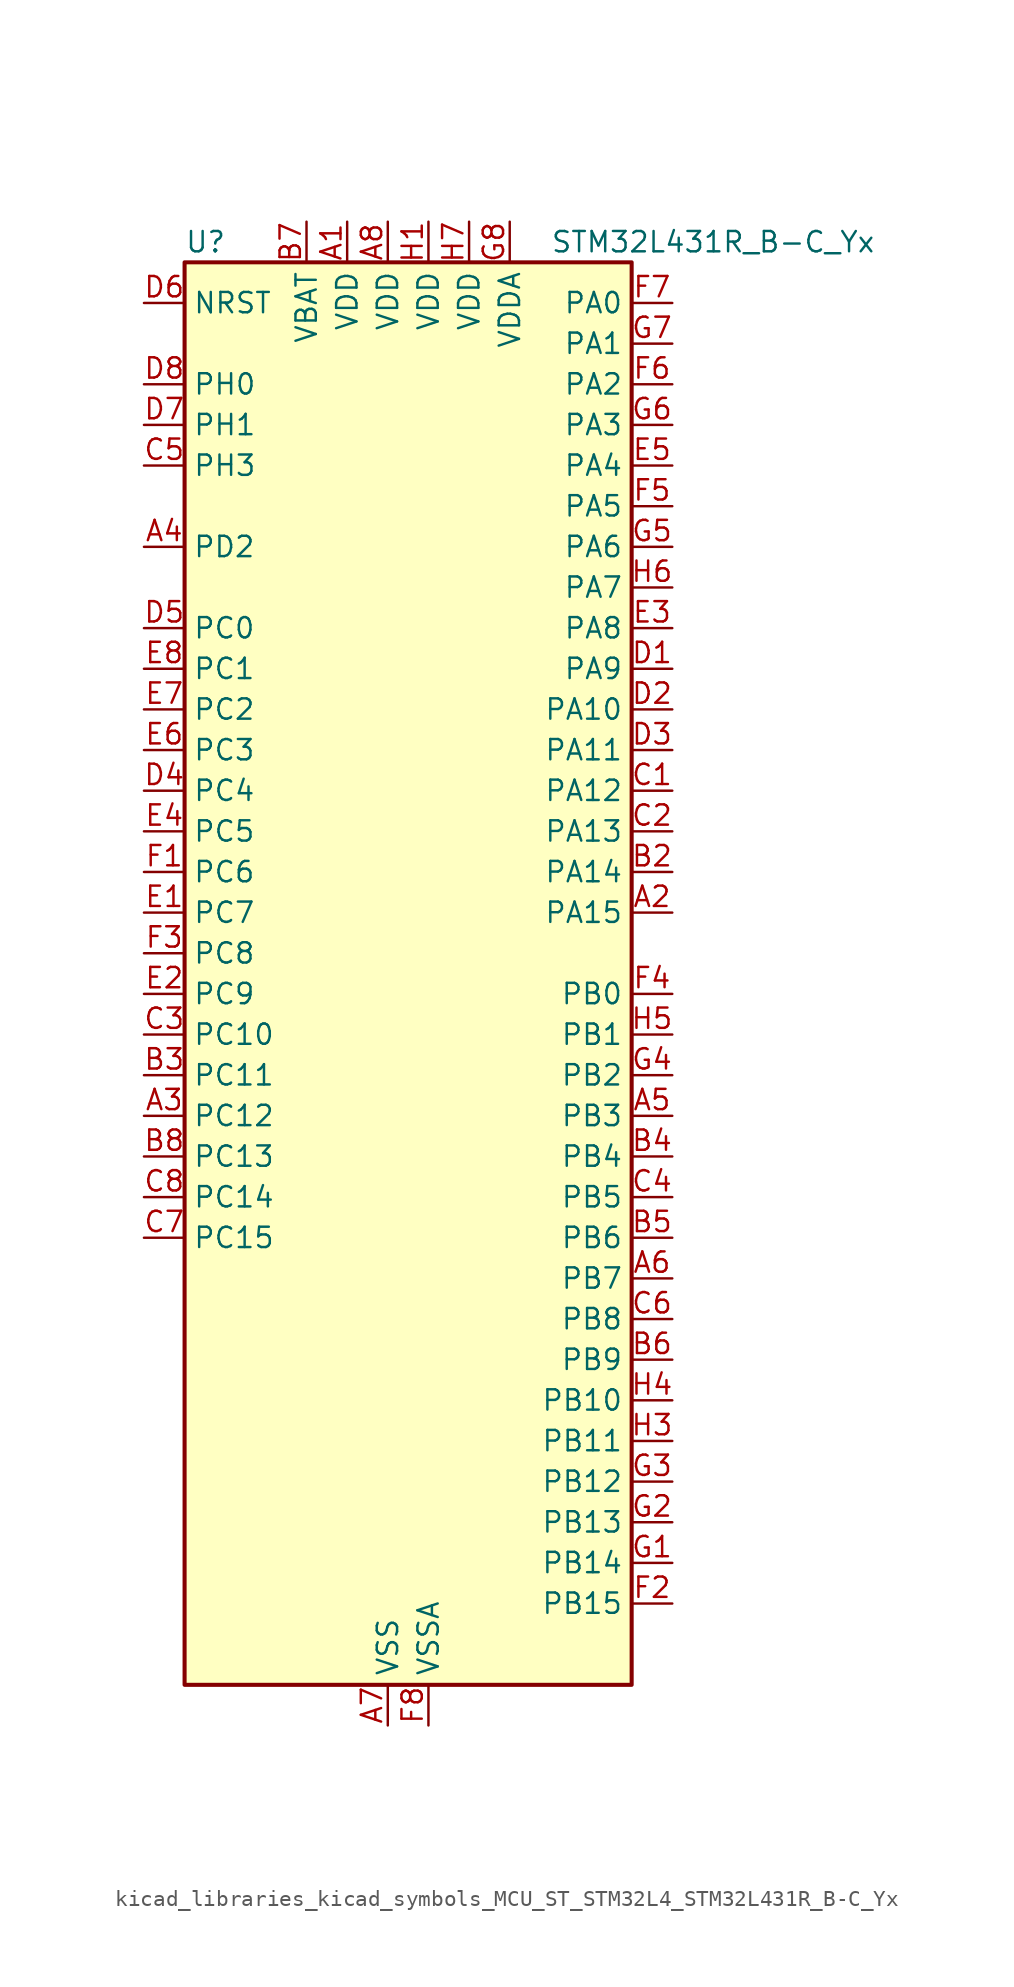
<source format=kicad_sym>
(kicad_symbol_lib
  (version 20220914)
  (generator kicad_symbol_editor)
  (symbol "kicad_libraries_kicad_symbols_MCU_ST_STM32L4_STM32L431R_B-C_Yx"
    (property "Reference" "U"
      (at -12.7 46.99 0)
      (effects (font (size 1.27 1.27)) (justify left)))
    (property "Value" "STM32L431R_B-C_Yx"
      (at 10.16 46.99 0)
      (effects (font (size 1.27 1.27)) (justify left)))
    (property "ki_locked" ""
      (at 0 0 0)
      (effects (font (size 1.27 1.27))))
    (symbol "kicad_libraries_kicad_symbols_MCU_ST_STM32L4_STM32L431R_B-C_Yx_0_1"
      (rectangle (start -12.7 -43.18) (end 15.24 45.72) (stroke (width 0.254) (type default)) (fill (type background))))
    (symbol "kicad_libraries_kicad_symbols_MCU_ST_STM32L4_STM32L431R_B-C_Yx_1_1"
      (pin power_in line (at -2.54 48.26 270) (length 2.54) (name "VDD" (effects (font (size 1.27 1.27)))) (number "A1" (effects (font (size 1.27 1.27)))))
      (pin bidirectional line (at 17.78 5.08 180) (length 2.54) (name "PA15" (effects (font (size 1.27 1.27)))) (number "A2" (effects (font (size 1.27 1.27)))) (alternate "ADC1_EXTI15" bidirectional line) (alternate "SPI1_NSS" bidirectional line) (alternate "SPI3_NSS" bidirectional line) (alternate "SWPMI1_SUSPEND" bidirectional line) (alternate "SYS_JTDI" bidirectional line) (alternate "TIM2_CH1" bidirectional line) (alternate "TIM2_ETR" bidirectional line) (alternate "TSC_G3_IO1" bidirectional line) (alternate "USART2_RX" bidirectional line) (alternate "USART3_DE" bidirectional line) (alternate "USART3_RTS" bidirectional line))
      (pin bidirectional line (at -15.24 -7.62 0) (length 2.54) (name "PC12" (effects (font (size 1.27 1.27)))) (number "A3" (effects (font (size 1.27 1.27)))) (alternate "SDMMC1_CK" bidirectional line) (alternate "SPI3_MOSI" bidirectional line) (alternate "TSC_G3_IO4" bidirectional line) (alternate "USART3_CK" bidirectional line))
      (pin bidirectional line (at -15.24 27.94 0) (length 2.54) (name "PD2" (effects (font (size 1.27 1.27)))) (number "A4" (effects (font (size 1.27 1.27)))) (alternate "SDMMC1_CMD" bidirectional line) (alternate "TSC_SYNC" bidirectional line) (alternate "USART3_DE" bidirectional line) (alternate "USART3_RTS" bidirectional line))
      (pin bidirectional line (at 17.78 -7.62 180) (length 2.54) (name "PB3" (effects (font (size 1.27 1.27)))) (number "A5" (effects (font (size 1.27 1.27)))) (alternate "COMP2_INM" bidirectional line) (alternate "SAI1_SCK_B" bidirectional line) (alternate "SPI1_SCK" bidirectional line) (alternate "SPI3_SCK" bidirectional line) (alternate "SYS_JTDO-SWO" bidirectional line) (alternate "TIM2_CH2" bidirectional line) (alternate "USART1_DE" bidirectional line) (alternate "USART1_RTS" bidirectional line))
      (pin bidirectional line (at 17.78 -17.78 180) (length 2.54) (name "PB7" (effects (font (size 1.27 1.27)))) (number "A6" (effects (font (size 1.27 1.27)))) (alternate "COMP2_INM" bidirectional line) (alternate "I2C1_SDA" bidirectional line) (alternate "LPTIM1_IN2" bidirectional line) (alternate "SYS_PVD_IN" bidirectional line) (alternate "TSC_G2_IO4" bidirectional line) (alternate "USART1_RX" bidirectional line))
      (pin power_in line (at 0 -45.72 90) (length 2.54) (name "VSS" (effects (font (size 1.27 1.27)))) (number "A7" (effects (font (size 1.27 1.27)))))
      (pin power_in line (at 0 48.26 270) (length 2.54) (name "VDD" (effects (font (size 1.27 1.27)))) (number "A8" (effects (font (size 1.27 1.27)))))
      (pin passive line (at 0 -45.72 90) (length 2.54) hide (name "VSS" (effects (font (size 1.27 1.27)))) (number "B1" (effects (font (size 1.27 1.27)))))
      (pin bidirectional line (at 17.78 7.62 180) (length 2.54) (name "PA14" (effects (font (size 1.27 1.27)))) (number "B2" (effects (font (size 1.27 1.27)))) (alternate "I2C1_SMBA" bidirectional line) (alternate "LPTIM1_OUT" bidirectional line) (alternate "SAI1_FS_B" bidirectional line) (alternate "SWPMI1_RX" bidirectional line) (alternate "SYS_JTCK-SWCLK" bidirectional line))
      (pin bidirectional line (at -15.24 -5.08 0) (length 2.54) (name "PC11" (effects (font (size 1.27 1.27)))) (number "B3" (effects (font (size 1.27 1.27)))) (alternate "ADC1_EXTI11" bidirectional line) (alternate "SDMMC1_D3" bidirectional line) (alternate "SPI3_MISO" bidirectional line) (alternate "TSC_G3_IO3" bidirectional line) (alternate "USART3_RX" bidirectional line))
      (pin bidirectional line (at 17.78 -10.16 180) (length 2.54) (name "PB4" (effects (font (size 1.27 1.27)))) (number "B4" (effects (font (size 1.27 1.27)))) (alternate "COMP2_INP" bidirectional line) (alternate "I2C3_SDA" bidirectional line) (alternate "SAI1_MCLK_B" bidirectional line) (alternate "SPI1_MISO" bidirectional line) (alternate "SPI3_MISO" bidirectional line) (alternate "SYS_JTRST" bidirectional line) (alternate "TSC_G2_IO1" bidirectional line) (alternate "USART1_CTS" bidirectional line))
      (pin bidirectional line (at 17.78 -15.24 180) (length 2.54) (name "PB6" (effects (font (size 1.27 1.27)))) (number "B5" (effects (font (size 1.27 1.27)))) (alternate "COMP2_INP" bidirectional line) (alternate "I2C1_SCL" bidirectional line) (alternate "LPTIM1_ETR" bidirectional line) (alternate "SAI1_FS_B" bidirectional line) (alternate "TIM16_CH1N" bidirectional line) (alternate "TSC_G2_IO3" bidirectional line) (alternate "USART1_TX" bidirectional line))
      (pin bidirectional line (at 17.78 -22.86 180) (length 2.54) (name "PB9" (effects (font (size 1.27 1.27)))) (number "B6" (effects (font (size 1.27 1.27)))) (alternate "CAN1_TX" bidirectional line) (alternate "DAC1_EXTI9" bidirectional line) (alternate "I2C1_SDA" bidirectional line) (alternate "IR_OUT" bidirectional line) (alternate "SAI1_FS_A" bidirectional line) (alternate "SDMMC1_D5" bidirectional line) (alternate "SPI2_NSS" bidirectional line))
      (pin power_in line (at -5.08 48.26 270) (length 2.54) (name "VBAT" (effects (font (size 1.27 1.27)))) (number "B7" (effects (font (size 1.27 1.27)))))
      (pin bidirectional line (at -15.24 -10.16 0) (length 2.54) (name "PC13" (effects (font (size 1.27 1.27)))) (number "B8" (effects (font (size 1.27 1.27)))) (alternate "RTC_OUT_ALARM" bidirectional line) (alternate "RTC_OUT_CALIB" bidirectional line) (alternate "RTC_TAMP1" bidirectional line) (alternate "RTC_TS" bidirectional line) (alternate "SYS_WKUP2" bidirectional line))
      (pin bidirectional line (at 17.78 12.7 180) (length 2.54) (name "PA12" (effects (font (size 1.27 1.27)))) (number "C1" (effects (font (size 1.27 1.27)))) (alternate "CAN1_TX" bidirectional line) (alternate "SPI1_MOSI" bidirectional line) (alternate "TIM1_ETR" bidirectional line) (alternate "USART1_DE" bidirectional line) (alternate "USART1_RTS" bidirectional line))
      (pin bidirectional line (at 17.78 10.16 180) (length 2.54) (name "PA13" (effects (font (size 1.27 1.27)))) (number "C2" (effects (font (size 1.27 1.27)))) (alternate "IR_OUT" bidirectional line) (alternate "SAI1_SD_B" bidirectional line) (alternate "SWPMI1_TX" bidirectional line) (alternate "SYS_JTMS-SWDIO" bidirectional line))
      (pin bidirectional line (at -15.24 -2.54 0) (length 2.54) (name "PC10" (effects (font (size 1.27 1.27)))) (number "C3" (effects (font (size 1.27 1.27)))) (alternate "SDMMC1_D2" bidirectional line) (alternate "SPI3_SCK" bidirectional line) (alternate "TSC_G3_IO2" bidirectional line) (alternate "USART3_TX" bidirectional line))
      (pin bidirectional line (at 17.78 -12.7 180) (length 2.54) (name "PB5" (effects (font (size 1.27 1.27)))) (number "C4" (effects (font (size 1.27 1.27)))) (alternate "COMP2_OUT" bidirectional line) (alternate "I2C1_SMBA" bidirectional line) (alternate "LPTIM1_IN1" bidirectional line) (alternate "SAI1_SD_B" bidirectional line) (alternate "SPI1_MOSI" bidirectional line) (alternate "SPI3_MOSI" bidirectional line) (alternate "TIM16_BKIN" bidirectional line) (alternate "TSC_G2_IO2" bidirectional line) (alternate "USART1_CK" bidirectional line))
      (pin bidirectional line (at -15.24 33.02 0) (length 2.54) (name "PH3" (effects (font (size 1.27 1.27)))) (number "C5" (effects (font (size 1.27 1.27)))))
      (pin bidirectional line (at 17.78 -20.32 180) (length 2.54) (name "PB8" (effects (font (size 1.27 1.27)))) (number "C6" (effects (font (size 1.27 1.27)))) (alternate "CAN1_RX" bidirectional line) (alternate "I2C1_SCL" bidirectional line) (alternate "SAI1_MCLK_A" bidirectional line) (alternate "SDMMC1_D4" bidirectional line) (alternate "TIM16_CH1" bidirectional line))
      (pin bidirectional line (at -15.24 -15.24 0) (length 2.54) (name "PC15" (effects (font (size 1.27 1.27)))) (number "C7" (effects (font (size 1.27 1.27)))) (alternate "ADC1_EXTI15" bidirectional line) (alternate "RCC_OSC32_OUT" bidirectional line))
      (pin bidirectional line (at -15.24 -12.7 0) (length 2.54) (name "PC14" (effects (font (size 1.27 1.27)))) (number "C8" (effects (font (size 1.27 1.27)))) (alternate "RCC_OSC32_IN" bidirectional line))
      (pin bidirectional line (at 17.78 20.32 180) (length 2.54) (name "PA9" (effects (font (size 1.27 1.27)))) (number "D1" (effects (font (size 1.27 1.27)))) (alternate "DAC1_EXTI9" bidirectional line) (alternate "I2C1_SCL" bidirectional line) (alternate "SAI1_FS_A" bidirectional line) (alternate "TIM15_BKIN" bidirectional line) (alternate "TIM1_CH2" bidirectional line) (alternate "USART1_TX" bidirectional line))
      (pin bidirectional line (at 17.78 17.78 180) (length 2.54) (name "PA10" (effects (font (size 1.27 1.27)))) (number "D2" (effects (font (size 1.27 1.27)))) (alternate "I2C1_SDA" bidirectional line) (alternate "SAI1_SD_A" bidirectional line) (alternate "TIM1_CH3" bidirectional line) (alternate "USART1_RX" bidirectional line))
      (pin bidirectional line (at 17.78 15.24 180) (length 2.54) (name "PA11" (effects (font (size 1.27 1.27)))) (number "D3" (effects (font (size 1.27 1.27)))) (alternate "ADC1_EXTI11" bidirectional line) (alternate "CAN1_RX" bidirectional line) (alternate "COMP1_OUT" bidirectional line) (alternate "SPI1_MISO" bidirectional line) (alternate "TIM1_BKIN2" bidirectional line) (alternate "TIM1_BKIN2_COMP1" bidirectional line) (alternate "TIM1_CH4" bidirectional line) (alternate "USART1_CTS" bidirectional line))
      (pin bidirectional line (at -15.24 12.7 0) (length 2.54) (name "PC4" (effects (font (size 1.27 1.27)))) (number "D4" (effects (font (size 1.27 1.27)))) (alternate "ADC1_IN13" bidirectional line) (alternate "COMP1_INM" bidirectional line) (alternate "USART3_TX" bidirectional line))
      (pin bidirectional line (at -15.24 22.86 0) (length 2.54) (name "PC0" (effects (font (size 1.27 1.27)))) (number "D5" (effects (font (size 1.27 1.27)))) (alternate "ADC1_IN1" bidirectional line) (alternate "I2C3_SCL" bidirectional line) (alternate "LPTIM1_IN1" bidirectional line) (alternate "LPTIM2_IN1" bidirectional line) (alternate "LPUART1_RX" bidirectional line))
      (pin input line (at -15.24 43.18 0) (length 2.54) (name "NRST" (effects (font (size 1.27 1.27)))) (number "D6" (effects (font (size 1.27 1.27)))))
      (pin bidirectional line (at -15.24 35.56 0) (length 2.54) (name "PH1" (effects (font (size 1.27 1.27)))) (number "D7" (effects (font (size 1.27 1.27)))) (alternate "RCC_OSC_OUT" bidirectional line))
      (pin bidirectional line (at -15.24 38.1 0) (length 2.54) (name "PH0" (effects (font (size 1.27 1.27)))) (number "D8" (effects (font (size 1.27 1.27)))) (alternate "RCC_OSC_IN" bidirectional line))
      (pin bidirectional line (at -15.24 5.08 0) (length 2.54) (name "PC7" (effects (font (size 1.27 1.27)))) (number "E1" (effects (font (size 1.27 1.27)))) (alternate "SDMMC1_D7" bidirectional line) (alternate "TSC_G4_IO2" bidirectional line))
      (pin bidirectional line (at -15.24 0 0) (length 2.54) (name "PC9" (effects (font (size 1.27 1.27)))) (number "E2" (effects (font (size 1.27 1.27)))) (alternate "DAC1_EXTI9" bidirectional line) (alternate "SDMMC1_D1" bidirectional line) (alternate "TSC_G4_IO4" bidirectional line))
      (pin bidirectional line (at 17.78 22.86 180) (length 2.54) (name "PA8" (effects (font (size 1.27 1.27)))) (number "E3" (effects (font (size 1.27 1.27)))) (alternate "LPTIM2_OUT" bidirectional line) (alternate "RCC_MCO" bidirectional line) (alternate "SAI1_SCK_A" bidirectional line) (alternate "SWPMI1_IO" bidirectional line) (alternate "TIM1_CH1" bidirectional line) (alternate "USART1_CK" bidirectional line))
      (pin bidirectional line (at -15.24 10.16 0) (length 2.54) (name "PC5" (effects (font (size 1.27 1.27)))) (number "E4" (effects (font (size 1.27 1.27)))) (alternate "ADC1_IN14" bidirectional line) (alternate "COMP1_INP" bidirectional line) (alternate "SYS_WKUP5" bidirectional line) (alternate "USART3_RX" bidirectional line))
      (pin bidirectional line (at 17.78 33.02 180) (length 2.54) (name "PA4" (effects (font (size 1.27 1.27)))) (number "E5" (effects (font (size 1.27 1.27)))) (alternate "ADC1_IN9" bidirectional line) (alternate "COMP1_INM" bidirectional line) (alternate "COMP2_INM" bidirectional line) (alternate "DAC1_OUT1" bidirectional line) (alternate "LPTIM2_OUT" bidirectional line) (alternate "SAI1_FS_B" bidirectional line) (alternate "SPI1_NSS" bidirectional line) (alternate "SPI3_NSS" bidirectional line) (alternate "USART2_CK" bidirectional line))
      (pin bidirectional line (at -15.24 15.24 0) (length 2.54) (name "PC3" (effects (font (size 1.27 1.27)))) (number "E6" (effects (font (size 1.27 1.27)))) (alternate "ADC1_IN4" bidirectional line) (alternate "LPTIM1_ETR" bidirectional line) (alternate "LPTIM2_ETR" bidirectional line) (alternate "SAI1_SD_A" bidirectional line) (alternate "SPI2_MOSI" bidirectional line))
      (pin bidirectional line (at -15.24 17.78 0) (length 2.54) (name "PC2" (effects (font (size 1.27 1.27)))) (number "E7" (effects (font (size 1.27 1.27)))) (alternate "ADC1_IN3" bidirectional line) (alternate "LPTIM1_IN2" bidirectional line) (alternate "SPI2_MISO" bidirectional line))
      (pin bidirectional line (at -15.24 20.32 0) (length 2.54) (name "PC1" (effects (font (size 1.27 1.27)))) (number "E8" (effects (font (size 1.27 1.27)))) (alternate "ADC1_IN2" bidirectional line) (alternate "I2C3_SDA" bidirectional line) (alternate "LPTIM1_OUT" bidirectional line) (alternate "LPUART1_TX" bidirectional line))
      (pin bidirectional line (at -15.24 7.62 0) (length 2.54) (name "PC6" (effects (font (size 1.27 1.27)))) (number "F1" (effects (font (size 1.27 1.27)))) (alternate "SDMMC1_D6" bidirectional line) (alternate "TSC_G4_IO1" bidirectional line))
      (pin bidirectional line (at 17.78 -38.1 180) (length 2.54) (name "PB15" (effects (font (size 1.27 1.27)))) (number "F2" (effects (font (size 1.27 1.27)))) (alternate "ADC1_EXTI15" bidirectional line) (alternate "RTC_REFIN" bidirectional line) (alternate "SAI1_SD_A" bidirectional line) (alternate "SPI2_MOSI" bidirectional line) (alternate "SWPMI1_SUSPEND" bidirectional line) (alternate "TIM15_CH2" bidirectional line) (alternate "TIM1_CH3N" bidirectional line) (alternate "TSC_G1_IO4" bidirectional line))
      (pin bidirectional line (at -15.24 2.54 0) (length 2.54) (name "PC8" (effects (font (size 1.27 1.27)))) (number "F3" (effects (font (size 1.27 1.27)))) (alternate "SDMMC1_D0" bidirectional line) (alternate "TSC_G4_IO3" bidirectional line))
      (pin bidirectional line (at 17.78 0 180) (length 2.54) (name "PB0" (effects (font (size 1.27 1.27)))) (number "F4" (effects (font (size 1.27 1.27)))) (alternate "ADC1_IN15" bidirectional line) (alternate "COMP1_OUT" bidirectional line) (alternate "QUADSPI_BK1_IO1" bidirectional line) (alternate "SAI1_EXTCLK" bidirectional line) (alternate "SPI1_NSS" bidirectional line) (alternate "TIM1_CH2N" bidirectional line) (alternate "USART3_CK" bidirectional line))
      (pin bidirectional line (at 17.78 30.48 180) (length 2.54) (name "PA5" (effects (font (size 1.27 1.27)))) (number "F5" (effects (font (size 1.27 1.27)))) (alternate "ADC1_IN10" bidirectional line) (alternate "COMP1_INM" bidirectional line) (alternate "COMP2_INM" bidirectional line) (alternate "DAC1_OUT2" bidirectional line) (alternate "LPTIM2_ETR" bidirectional line) (alternate "SPI1_SCK" bidirectional line) (alternate "TIM2_CH1" bidirectional line) (alternate "TIM2_ETR" bidirectional line))
      (pin bidirectional line (at 17.78 38.1 180) (length 2.54) (name "PA2" (effects (font (size 1.27 1.27)))) (number "F6" (effects (font (size 1.27 1.27)))) (alternate "ADC1_IN7" bidirectional line) (alternate "COMP2_INM" bidirectional line) (alternate "COMP2_OUT" bidirectional line) (alternate "LPUART1_TX" bidirectional line) (alternate "QUADSPI_BK1_NCS" bidirectional line) (alternate "RCC_LSCO" bidirectional line) (alternate "SYS_WKUP4" bidirectional line) (alternate "TIM15_CH1" bidirectional line) (alternate "TIM2_CH3" bidirectional line) (alternate "USART2_TX" bidirectional line))
      (pin bidirectional line (at 17.78 43.18 180) (length 2.54) (name "PA0" (effects (font (size 1.27 1.27)))) (number "F7" (effects (font (size 1.27 1.27)))) (alternate "ADC1_IN5" bidirectional line) (alternate "COMP1_INM" bidirectional line) (alternate "COMP1_OUT" bidirectional line) (alternate "OPAMP1_VINP" bidirectional line) (alternate "RTC_TAMP2" bidirectional line) (alternate "SAI1_EXTCLK" bidirectional line) (alternate "SYS_WKUP1" bidirectional line) (alternate "TIM2_CH1" bidirectional line) (alternate "TIM2_ETR" bidirectional line) (alternate "USART2_CTS" bidirectional line))
      (pin power_in line (at 2.54 -45.72 90) (length 2.54) (name "VSSA" (effects (font (size 1.27 1.27)))) (number "F8" (effects (font (size 1.27 1.27)))))
      (pin bidirectional line (at 17.78 -35.56 180) (length 2.54) (name "PB14" (effects (font (size 1.27 1.27)))) (number "G1" (effects (font (size 1.27 1.27)))) (alternate "I2C2_SDA" bidirectional line) (alternate "SAI1_MCLK_A" bidirectional line) (alternate "SPI2_MISO" bidirectional line) (alternate "SWPMI1_RX" bidirectional line) (alternate "TIM15_CH1" bidirectional line) (alternate "TIM1_CH2N" bidirectional line) (alternate "TSC_G1_IO3" bidirectional line) (alternate "USART3_DE" bidirectional line) (alternate "USART3_RTS" bidirectional line))
      (pin bidirectional line (at 17.78 -33.02 180) (length 2.54) (name "PB13" (effects (font (size 1.27 1.27)))) (number "G2" (effects (font (size 1.27 1.27)))) (alternate "I2C2_SCL" bidirectional line) (alternate "LPUART1_CTS" bidirectional line) (alternate "SAI1_SCK_A" bidirectional line) (alternate "SPI2_SCK" bidirectional line) (alternate "SWPMI1_TX" bidirectional line) (alternate "TIM15_CH1N" bidirectional line) (alternate "TIM1_CH1N" bidirectional line) (alternate "TSC_G1_IO2" bidirectional line) (alternate "USART3_CTS" bidirectional line))
      (pin bidirectional line (at 17.78 -30.48 180) (length 2.54) (name "PB12" (effects (font (size 1.27 1.27)))) (number "G3" (effects (font (size 1.27 1.27)))) (alternate "I2C2_SMBA" bidirectional line) (alternate "LPUART1_DE" bidirectional line) (alternate "LPUART1_RTS" bidirectional line) (alternate "SAI1_FS_A" bidirectional line) (alternate "SPI2_NSS" bidirectional line) (alternate "SWPMI1_IO" bidirectional line) (alternate "TIM15_BKIN" bidirectional line) (alternate "TIM1_BKIN" bidirectional line) (alternate "TIM1_BKIN_COMP2" bidirectional line) (alternate "TSC_G1_IO1" bidirectional line) (alternate "USART3_CK" bidirectional line))
      (pin bidirectional line (at 17.78 -5.08 180) (length 2.54) (name "PB2" (effects (font (size 1.27 1.27)))) (number "G4" (effects (font (size 1.27 1.27)))) (alternate "COMP1_INP" bidirectional line) (alternate "I2C3_SMBA" bidirectional line) (alternate "LPTIM1_OUT" bidirectional line) (alternate "RTC_OUT_ALARM" bidirectional line) (alternate "RTC_OUT_CALIB" bidirectional line))
      (pin bidirectional line (at 17.78 27.94 180) (length 2.54) (name "PA6" (effects (font (size 1.27 1.27)))) (number "G5" (effects (font (size 1.27 1.27)))) (alternate "ADC1_IN11" bidirectional line) (alternate "COMP1_OUT" bidirectional line) (alternate "LPUART1_CTS" bidirectional line) (alternate "QUADSPI_BK1_IO3" bidirectional line) (alternate "SPI1_MISO" bidirectional line) (alternate "TIM16_CH1" bidirectional line) (alternate "TIM1_BKIN" bidirectional line) (alternate "TIM1_BKIN_COMP2" bidirectional line) (alternate "USART3_CTS" bidirectional line))
      (pin bidirectional line (at 17.78 35.56 180) (length 2.54) (name "PA3" (effects (font (size 1.27 1.27)))) (number "G6" (effects (font (size 1.27 1.27)))) (alternate "ADC1_IN8" bidirectional line) (alternate "COMP2_INP" bidirectional line) (alternate "LPUART1_RX" bidirectional line) (alternate "OPAMP1_VOUT" bidirectional line) (alternate "QUADSPI_CLK" bidirectional line) (alternate "SAI1_MCLK_A" bidirectional line) (alternate "TIM15_CH2" bidirectional line) (alternate "TIM2_CH4" bidirectional line) (alternate "USART2_RX" bidirectional line))
      (pin bidirectional line (at 17.78 40.64 180) (length 2.54) (name "PA1" (effects (font (size 1.27 1.27)))) (number "G7" (effects (font (size 1.27 1.27)))) (alternate "ADC1_IN6" bidirectional line) (alternate "COMP1_INP" bidirectional line) (alternate "I2C1_SMBA" bidirectional line) (alternate "OPAMP1_VINM" bidirectional line) (alternate "SPI1_SCK" bidirectional line) (alternate "TIM15_CH1N" bidirectional line) (alternate "TIM2_CH2" bidirectional line) (alternate "USART2_DE" bidirectional line) (alternate "USART2_RTS" bidirectional line))
      (pin power_in line (at 7.62 48.26 270) (length 2.54) (name "VDDA" (effects (font (size 1.27 1.27)))) (number "G8" (effects (font (size 1.27 1.27)))))
      (pin power_in line (at 2.54 48.26 270) (length 2.54) (name "VDD" (effects (font (size 1.27 1.27)))) (number "H1" (effects (font (size 1.27 1.27)))))
      (pin passive line (at 0 -45.72 90) (length 2.54) hide (name "VSS" (effects (font (size 1.27 1.27)))) (number "H2" (effects (font (size 1.27 1.27)))))
      (pin bidirectional line (at 17.78 -27.94 180) (length 2.54) (name "PB11" (effects (font (size 1.27 1.27)))) (number "H3" (effects (font (size 1.27 1.27)))) (alternate "ADC1_EXTI11" bidirectional line) (alternate "COMP2_OUT" bidirectional line) (alternate "I2C2_SDA" bidirectional line) (alternate "LPUART1_TX" bidirectional line) (alternate "QUADSPI_BK1_NCS" bidirectional line) (alternate "TIM2_CH4" bidirectional line) (alternate "USART3_RX" bidirectional line))
      (pin bidirectional line (at 17.78 -25.4 180) (length 2.54) (name "PB10" (effects (font (size 1.27 1.27)))) (number "H4" (effects (font (size 1.27 1.27)))) (alternate "COMP1_OUT" bidirectional line) (alternate "I2C2_SCL" bidirectional line) (alternate "LPUART1_RX" bidirectional line) (alternate "QUADSPI_CLK" bidirectional line) (alternate "SAI1_SCK_A" bidirectional line) (alternate "SPI2_SCK" bidirectional line) (alternate "TIM2_CH3" bidirectional line) (alternate "TSC_SYNC" bidirectional line) (alternate "USART3_TX" bidirectional line))
      (pin bidirectional line (at 17.78 -2.54 180) (length 2.54) (name "PB1" (effects (font (size 1.27 1.27)))) (number "H5" (effects (font (size 1.27 1.27)))) (alternate "ADC1_IN16" bidirectional line) (alternate "COMP1_INM" bidirectional line) (alternate "LPTIM2_IN1" bidirectional line) (alternate "LPUART1_DE" bidirectional line) (alternate "LPUART1_RTS" bidirectional line) (alternate "QUADSPI_BK1_IO0" bidirectional line) (alternate "TIM1_CH3N" bidirectional line) (alternate "USART3_DE" bidirectional line) (alternate "USART3_RTS" bidirectional line))
      (pin bidirectional line (at 17.78 25.4 180) (length 2.54) (name "PA7" (effects (font (size 1.27 1.27)))) (number "H6" (effects (font (size 1.27 1.27)))) (alternate "ADC1_IN12" bidirectional line) (alternate "COMP2_OUT" bidirectional line) (alternate "I2C3_SCL" bidirectional line) (alternate "QUADSPI_BK1_IO2" bidirectional line) (alternate "SPI1_MOSI" bidirectional line) (alternate "TIM1_CH1N" bidirectional line))
      (pin power_in line (at 5.08 48.26 270) (length 2.54) (name "VDD" (effects (font (size 1.27 1.27)))) (number "H7" (effects (font (size 1.27 1.27)))))
      (pin passive line (at 0 -45.72 90) (length 2.54) hide (name "VSS" (effects (font (size 1.27 1.27)))) (number "H8" (effects (font (size 1.27 1.27))))))))
</source>
